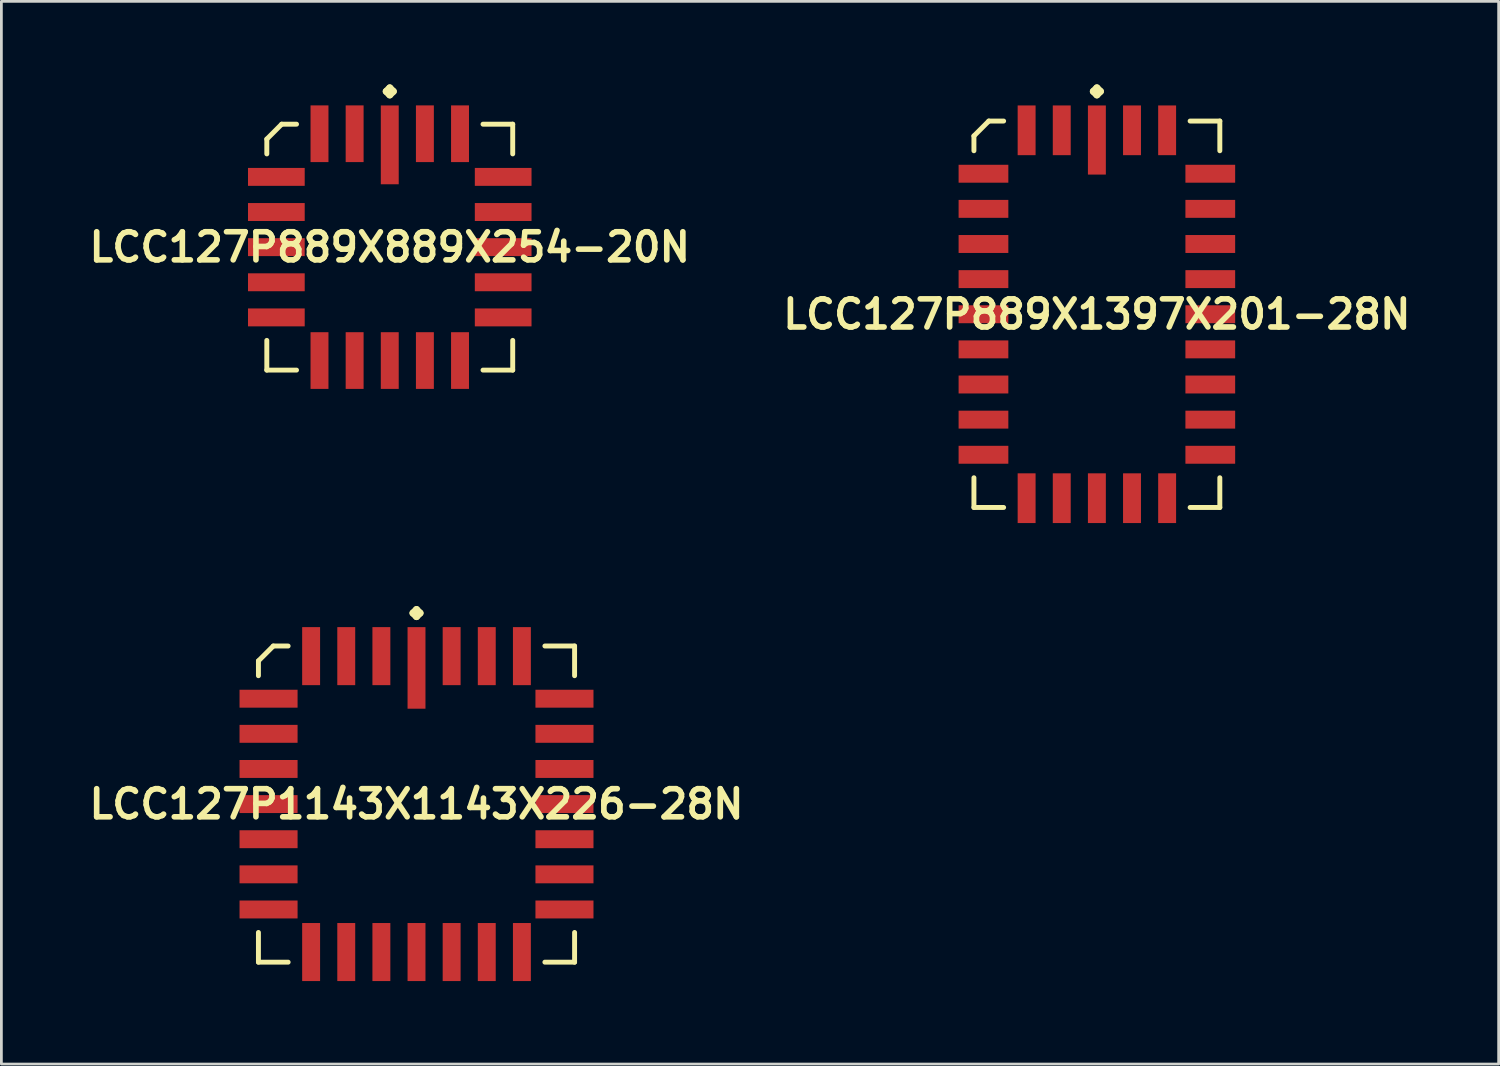
<source format=kicad_pcb>
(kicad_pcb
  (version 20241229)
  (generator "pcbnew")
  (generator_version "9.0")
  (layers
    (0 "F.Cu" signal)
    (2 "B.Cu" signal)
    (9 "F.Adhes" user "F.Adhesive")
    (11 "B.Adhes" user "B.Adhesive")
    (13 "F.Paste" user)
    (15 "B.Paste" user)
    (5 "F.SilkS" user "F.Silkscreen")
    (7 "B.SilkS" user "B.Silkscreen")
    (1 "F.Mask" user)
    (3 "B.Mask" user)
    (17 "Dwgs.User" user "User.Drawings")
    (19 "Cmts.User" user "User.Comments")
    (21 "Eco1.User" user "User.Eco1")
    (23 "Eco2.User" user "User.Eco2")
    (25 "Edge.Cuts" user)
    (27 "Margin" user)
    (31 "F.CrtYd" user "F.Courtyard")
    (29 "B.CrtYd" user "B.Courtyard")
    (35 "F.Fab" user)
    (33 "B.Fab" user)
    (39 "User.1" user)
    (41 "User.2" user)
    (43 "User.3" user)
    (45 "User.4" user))
  (footprint "LCC127P889X1397X201-28N"
    (layer "F.Cu")
    (at 36.605 8.311)
    (property "Reference" "LCC127P889X1397X201-28N" (at 0 0 0) (layer "F.SilkS") (effects (font (size 1.016 1.016) (thickness 0.203))))
    (attr smd)
    (fp_line (start -4.445 -6.447) (end -3.907 -6.985) (stroke (width 0.178) (type solid)) (layer "F.SilkS"))
    (fp_line (start -4.445 -5.911) (end -4.445 -6.447) (stroke (width 0.178) (type solid)) (layer "F.SilkS"))
    (fp_line (start -4.445 5.911) (end -4.445 6.985) (stroke (width 0.178) (type solid)) (layer "F.SilkS"))
    (fp_line (start -4.445 6.985) (end -3.371 6.985) (stroke (width 0.178) (type solid)) (layer "F.SilkS"))
    (fp_line (start -3.907 -6.985) (end -3.371 -6.985) (stroke (width 0.178) (type solid)) (layer "F.SilkS"))
    (fp_line (start -0.127 -8.057) (end 0 -8.184) (stroke (width 0.254) (type solid)) (layer "F.SilkS"))
    (fp_line (start 0 -8.184) (end 0.127 -8.057) (stroke (width 0.254) (type solid)) (layer "F.SilkS"))
    (fp_line (start 0 -7.93) (end -0.127 -8.057) (stroke (width 0.254) (type solid)) (layer "F.SilkS"))
    (fp_line (start 0.127 -8.057) (end 0 -7.93) (stroke (width 0.254) (type solid)) (layer "F.SilkS"))
    (fp_line (start 4.445 -6.985) (end 3.371 -6.985) (stroke (width 0.178) (type solid)) (layer "F.SilkS"))
    (fp_line (start 4.445 -5.911) (end 4.445 -6.985) (stroke (width 0.178) (type solid)) (layer "F.SilkS"))
    (fp_line (start 4.445 5.911) (end 4.445 6.985) (stroke (width 0.178) (type solid)) (layer "F.SilkS"))
    (fp_line (start 4.445 6.985) (end 3.371 6.985) (stroke (width 0.178) (type solid)) (layer "F.SilkS"))
    (pad "1" smd rect (at 0 -6.299) (size 0.648 2.499) (layers "F.Cu" "F.Mask" "F.Paste"))
    (pad "2" smd rect (at -1.27 -6.65) (size 0.648 1.798) (layers "F.Cu" "F.Mask" "F.Paste"))
    (pad "3" smd rect (at -2.54 -6.65) (size 0.648 1.798) (layers "F.Cu" "F.Mask" "F.Paste"))
    (pad "4" smd rect (at -4.1 -5.08) (size 1.798 0.648) (layers "F.Cu" "F.Mask" "F.Paste"))
    (pad "5" smd rect (at -4.1 -3.81) (size 1.798 0.648) (layers "F.Cu" "F.Mask" "F.Paste"))
    (pad "6" smd rect (at -4.1 -2.54) (size 1.798 0.648) (layers "F.Cu" "F.Mask" "F.Paste"))
    (pad "7" smd rect (at -4.1 -1.27) (size 1.798 0.648) (layers "F.Cu" "F.Mask" "F.Paste"))
    (pad "8" smd rect (at -4.1 0) (size 1.798 0.648) (layers "F.Cu" "F.Mask" "F.Paste"))
    (pad "9" smd rect (at -4.1 1.27) (size 1.798 0.648) (layers "F.Cu" "F.Mask" "F.Paste"))
    (pad "10" smd rect (at -4.1 2.54) (size 1.798 0.648) (layers "F.Cu" "F.Mask" "F.Paste"))
    (pad "11" smd rect (at -4.1 3.81) (size 1.798 0.648) (layers "F.Cu" "F.Mask" "F.Paste"))
    (pad "12" smd rect (at -4.1 5.08) (size 1.798 0.648) (layers "F.Cu" "F.Mask" "F.Paste"))
    (pad "13" smd rect (at -2.54 6.65) (size 0.648 1.798) (layers "F.Cu" "F.Mask" "F.Paste"))
    (pad "14" smd rect (at -1.27 6.65) (size 0.648 1.798) (layers "F.Cu" "F.Mask" "F.Paste"))
    (pad "15" smd rect (at 0 6.65) (size 0.648 1.798) (layers "F.Cu" "F.Mask" "F.Paste"))
    (pad "16" smd rect (at 1.27 6.65) (size 0.648 1.798) (layers "F.Cu" "F.Mask" "F.Paste"))
    (pad "17" smd rect (at 2.54 6.65) (size 0.648 1.798) (layers "F.Cu" "F.Mask" "F.Paste"))
    (pad "18" smd rect (at 4.1 5.08) (size 1.798 0.648) (layers "F.Cu" "F.Mask" "F.Paste"))
    (pad "19" smd rect (at 4.1 3.81) (size 1.798 0.648) (layers "F.Cu" "F.Mask" "F.Paste"))
    (pad "20" smd rect (at 4.1 2.54) (size 1.798 0.648) (layers "F.Cu" "F.Mask" "F.Paste"))
    (pad "21" smd rect (at 4.1 1.27) (size 1.798 0.648) (layers "F.Cu" "F.Mask" "F.Paste"))
    (pad "22" smd rect (at 4.1 0) (size 1.798 0.648) (layers "F.Cu" "F.Mask" "F.Paste"))
    (pad "23" smd rect (at 4.1 -1.27) (size 1.798 0.648) (layers "F.Cu" "F.Mask" "F.Paste"))
    (pad "24" smd rect (at 4.1 -2.54) (size 1.798 0.648) (layers "F.Cu" "F.Mask" "F.Paste"))
    (pad "25" smd rect (at 4.1 -3.81) (size 1.798 0.648) (layers "F.Cu" "F.Mask" "F.Paste"))
    (pad "26" smd rect (at 4.1 -5.08) (size 1.798 0.648) (layers "F.Cu" "F.Mask" "F.Paste"))
    (pad "27" smd rect (at 2.54 -6.65) (size 0.648 1.798) (layers "F.Cu" "F.Mask" "F.Paste"))
    (pad "28" smd rect (at 1.27 -6.65) (size 0.648 1.798) (layers "F.Cu" "F.Mask" "F.Paste")))
  (footprint "LCC127P1143X1143X226-28N"
    (layer "F.Cu")
    (at 12.008 26.02)
    (property "Reference" "LCC127P1143X1143X226-28N" (at 0 0 0) (layer "F.SilkS") (effects (font (size 1.016 1.016) (thickness 0.203))))
    (attr smd)
    (fp_line (start -5.715 -5.177) (end -5.177 -5.715) (stroke (width 0.178) (type solid)) (layer "F.SilkS"))
    (fp_line (start -5.715 -4.641) (end -5.715 -5.177) (stroke (width 0.178) (type solid)) (layer "F.SilkS"))
    (fp_line (start -5.715 4.641) (end -5.715 5.715) (stroke (width 0.178) (type solid)) (layer "F.SilkS"))
    (fp_line (start -5.715 5.715) (end -4.641 5.715) (stroke (width 0.178) (type solid)) (layer "F.SilkS"))
    (fp_line (start -5.177 -5.715) (end -4.641 -5.715) (stroke (width 0.178) (type solid)) (layer "F.SilkS"))
    (fp_line (start -0.127 -6.906) (end 0 -7.033) (stroke (width 0.254) (type solid)) (layer "F.SilkS"))
    (fp_line (start 0 -7.033) (end 0.127 -6.906) (stroke (width 0.254) (type solid)) (layer "F.SilkS"))
    (fp_line (start 0 -6.779) (end -0.127 -6.906) (stroke (width 0.254) (type solid)) (layer "F.SilkS"))
    (fp_line (start 0.127 -6.906) (end 0 -6.779) (stroke (width 0.254) (type solid)) (layer "F.SilkS"))
    (fp_line (start 5.715 -5.715) (end 4.641 -5.715) (stroke (width 0.178) (type solid)) (layer "F.SilkS"))
    (fp_line (start 5.715 -4.641) (end 5.715 -5.715) (stroke (width 0.178) (type solid)) (layer "F.SilkS"))
    (fp_line (start 5.715 4.641) (end 5.715 5.715) (stroke (width 0.178) (type solid)) (layer "F.SilkS"))
    (fp_line (start 5.715 5.715) (end 4.641 5.715) (stroke (width 0.178) (type solid)) (layer "F.SilkS"))
    (pad "1" smd rect (at 0 -4.923) (size 0.648 2.949) (layers "F.Cu" "F.Mask" "F.Paste"))
    (pad "2" smd rect (at -1.27 -5.349) (size 0.648 2.098) (layers "F.Cu" "F.Mask" "F.Paste"))
    (pad "3" smd rect (at -2.54 -5.349) (size 0.648 2.098) (layers "F.Cu" "F.Mask" "F.Paste"))
    (pad "4" smd rect (at -3.81 -5.349) (size 0.648 2.098) (layers "F.Cu" "F.Mask" "F.Paste"))
    (pad "5" smd rect (at -5.349 -3.81) (size 2.098 0.648) (layers "F.Cu" "F.Mask" "F.Paste"))
    (pad "6" smd rect (at -5.349 -2.54) (size 2.098 0.648) (layers "F.Cu" "F.Mask" "F.Paste"))
    (pad "7" smd rect (at -5.349 -1.27) (size 2.098 0.648) (layers "F.Cu" "F.Mask" "F.Paste"))
    (pad "8" smd rect (at -5.349 0) (size 2.098 0.648) (layers "F.Cu" "F.Mask" "F.Paste"))
    (pad "9" smd rect (at -5.349 1.27) (size 2.098 0.648) (layers "F.Cu" "F.Mask" "F.Paste"))
    (pad "10" smd rect (at -5.349 2.54) (size 2.098 0.648) (layers "F.Cu" "F.Mask" "F.Paste"))
    (pad "11" smd rect (at -5.349 3.81) (size 2.098 0.648) (layers "F.Cu" "F.Mask" "F.Paste"))
    (pad "12" smd rect (at -3.81 5.349) (size 0.648 2.098) (layers "F.Cu" "F.Mask" "F.Paste"))
    (pad "13" smd rect (at -2.54 5.349) (size 0.648 2.098) (layers "F.Cu" "F.Mask" "F.Paste"))
    (pad "14" smd rect (at -1.27 5.349) (size 0.648 2.098) (layers "F.Cu" "F.Mask" "F.Paste"))
    (pad "15" smd rect (at 0 5.349) (size 0.648 2.098) (layers "F.Cu" "F.Mask" "F.Paste"))
    (pad "16" smd rect (at 1.27 5.349) (size 0.648 2.098) (layers "F.Cu" "F.Mask" "F.Paste"))
    (pad "17" smd rect (at 2.54 5.349) (size 0.648 2.098) (layers "F.Cu" "F.Mask" "F.Paste"))
    (pad "18" smd rect (at 3.81 5.349) (size 0.648 2.098) (layers "F.Cu" "F.Mask" "F.Paste"))
    (pad "19" smd rect (at 5.349 3.81) (size 2.098 0.648) (layers "F.Cu" "F.Mask" "F.Paste"))
    (pad "20" smd rect (at 5.349 2.54) (size 2.098 0.648) (layers "F.Cu" "F.Mask" "F.Paste"))
    (pad "21" smd rect (at 5.349 1.27) (size 2.098 0.648) (layers "F.Cu" "F.Mask" "F.Paste"))
    (pad "22" smd rect (at 5.349 0) (size 2.098 0.648) (layers "F.Cu" "F.Mask" "F.Paste"))
    (pad "23" smd rect (at 5.349 -1.27) (size 2.098 0.648) (layers "F.Cu" "F.Mask" "F.Paste"))
    (pad "24" smd rect (at 5.349 -2.54) (size 2.098 0.648) (layers "F.Cu" "F.Mask" "F.Paste"))
    (pad "25" smd rect (at 5.349 -3.81) (size 2.098 0.648) (layers "F.Cu" "F.Mask" "F.Paste"))
    (pad "26" smd rect (at 3.81 -5.349) (size 0.648 2.098) (layers "F.Cu" "F.Mask" "F.Paste"))
    (pad "27" smd rect (at 2.54 -5.349) (size 0.648 2.098) (layers "F.Cu" "F.Mask" "F.Paste"))
    (pad "28" smd rect (at 1.27 -5.349) (size 0.648 2.098) (layers "F.Cu" "F.Mask" "F.Paste")))
  (footprint "LCC127P889X889X254-20N"
    (layer "F.Cu")
    (at 11.041 5.885)
    (property "Reference" "LCC127P889X889X254-20N" (at 0 0 0) (layer "F.SilkS") (effects (font (size 1.016 1.016) (thickness 0.203))))
    (attr smd)
    (fp_line (start -4.445 -3.907) (end -3.907 -4.445) (stroke (width 0.178) (type solid)) (layer "F.SilkS"))
    (fp_line (start -4.445 -3.371) (end -4.445 -3.907) (stroke (width 0.178) (type solid)) (layer "F.SilkS"))
    (fp_line (start -4.445 3.371) (end -4.445 4.445) (stroke (width 0.178) (type solid)) (layer "F.SilkS"))
    (fp_line (start -4.445 4.445) (end -3.371 4.445) (stroke (width 0.178) (type solid)) (layer "F.SilkS"))
    (fp_line (start -3.907 -4.445) (end -3.371 -4.445) (stroke (width 0.178) (type solid)) (layer "F.SilkS"))
    (fp_line (start -0.127 -5.631) (end 0 -5.758) (stroke (width 0.254) (type solid)) (layer "F.SilkS"))
    (fp_line (start 0 -5.758) (end 0.127 -5.631) (stroke (width 0.254) (type solid)) (layer "F.SilkS"))
    (fp_line (start 0 -5.504) (end -0.127 -5.631) (stroke (width 0.254) (type solid)) (layer "F.SilkS"))
    (fp_line (start 0.127 -5.631) (end 0 -5.504) (stroke (width 0.254) (type solid)) (layer "F.SilkS"))
    (fp_line (start 4.445 -4.445) (end 3.371 -4.445) (stroke (width 0.178) (type solid)) (layer "F.SilkS"))
    (fp_line (start 4.445 -3.371) (end 4.445 -4.445) (stroke (width 0.178) (type solid)) (layer "F.SilkS"))
    (fp_line (start 4.445 3.371) (end 4.445 4.445) (stroke (width 0.178) (type solid)) (layer "F.SilkS"))
    (fp_line (start 4.445 4.445) (end 3.371 4.445) (stroke (width 0.178) (type solid)) (layer "F.SilkS"))
    (pad "1" smd rect (at 0 -3.698) (size 0.648 2.85) (layers "F.Cu" "F.Mask" "F.Paste"))
    (pad "2" smd rect (at -1.27 -4.1) (size 0.648 2.05) (layers "F.Cu" "F.Mask" "F.Paste"))
    (pad "3" smd rect (at -2.54 -4.1) (size 0.648 2.05) (layers "F.Cu" "F.Mask" "F.Paste"))
    (pad "4" smd rect (at -4.1 -2.54) (size 2.05 0.648) (layers "F.Cu" "F.Mask" "F.Paste"))
    (pad "5" smd rect (at -4.1 -1.27) (size 2.05 0.648) (layers "F.Cu" "F.Mask" "F.Paste"))
    (pad "6" smd rect (at -4.1 0) (size 2.05 0.648) (layers "F.Cu" "F.Mask" "F.Paste"))
    (pad "7" smd rect (at -4.1 1.27) (size 2.05 0.648) (layers "F.Cu" "F.Mask" "F.Paste"))
    (pad "8" smd rect (at -4.1 2.54) (size 2.05 0.648) (layers "F.Cu" "F.Mask" "F.Paste"))
    (pad "9" smd rect (at -2.54 4.1) (size 0.648 2.05) (layers "F.Cu" "F.Mask" "F.Paste"))
    (pad "10" smd rect (at -1.27 4.1) (size 0.648 2.05) (layers "F.Cu" "F.Mask" "F.Paste"))
    (pad "11" smd rect (at 0 4.1) (size 0.648 2.05) (layers "F.Cu" "F.Mask" "F.Paste"))
    (pad "12" smd rect (at 1.27 4.1) (size 0.648 2.05) (layers "F.Cu" "F.Mask" "F.Paste"))
    (pad "13" smd rect (at 2.54 4.1) (size 0.648 2.05) (layers "F.Cu" "F.Mask" "F.Paste"))
    (pad "14" smd rect (at 4.1 2.54) (size 2.05 0.648) (layers "F.Cu" "F.Mask" "F.Paste"))
    (pad "15" smd rect (at 4.1 1.27) (size 2.05 0.648) (layers "F.Cu" "F.Mask" "F.Paste"))
    (pad "16" smd rect (at 4.1 0) (size 2.05 0.648) (layers "F.Cu" "F.Mask" "F.Paste"))
    (pad "17" smd rect (at 4.1 -1.27) (size 2.05 0.648) (layers "F.Cu" "F.Mask" "F.Paste"))
    (pad "18" smd rect (at 4.1 -2.54) (size 2.05 0.648) (layers "F.Cu" "F.Mask" "F.Paste"))
    (pad "19" smd rect (at 2.54 -4.1) (size 0.648 2.05) (layers "F.Cu" "F.Mask" "F.Paste"))
    (pad "20" smd rect (at 1.27 -4.1) (size 0.648 2.05) (layers "F.Cu" "F.Mask" "F.Paste")))
  (gr_rect
    (start -3 -3)
    (end 51.13 35.418)
    (stroke (width 0.1) (type default))
    (fill no)
    (layer "Edge.Cuts")))
</source>
